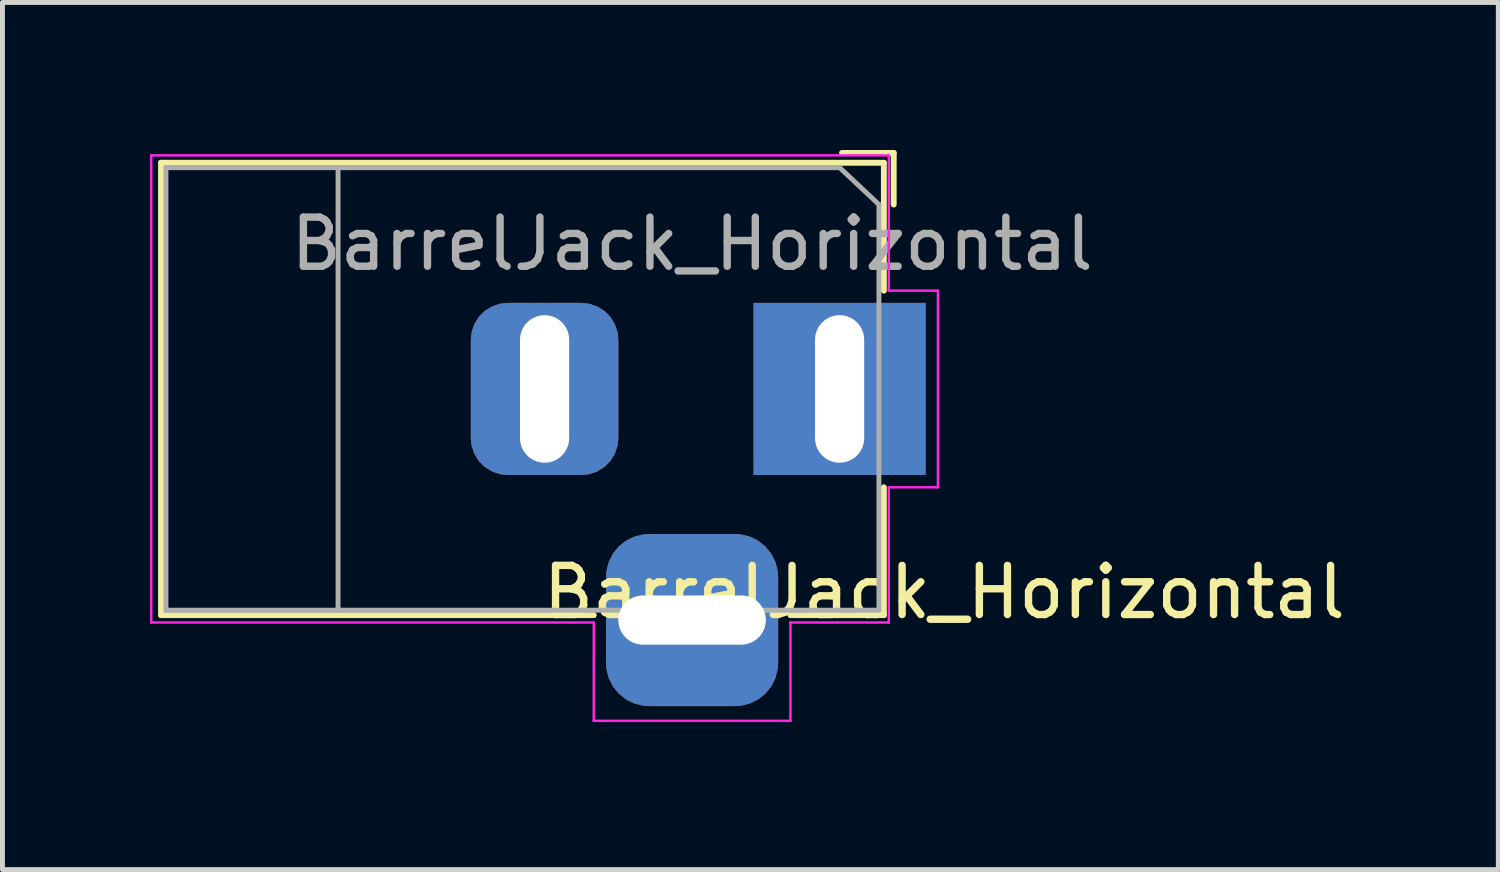
<source format=kicad_pcb>
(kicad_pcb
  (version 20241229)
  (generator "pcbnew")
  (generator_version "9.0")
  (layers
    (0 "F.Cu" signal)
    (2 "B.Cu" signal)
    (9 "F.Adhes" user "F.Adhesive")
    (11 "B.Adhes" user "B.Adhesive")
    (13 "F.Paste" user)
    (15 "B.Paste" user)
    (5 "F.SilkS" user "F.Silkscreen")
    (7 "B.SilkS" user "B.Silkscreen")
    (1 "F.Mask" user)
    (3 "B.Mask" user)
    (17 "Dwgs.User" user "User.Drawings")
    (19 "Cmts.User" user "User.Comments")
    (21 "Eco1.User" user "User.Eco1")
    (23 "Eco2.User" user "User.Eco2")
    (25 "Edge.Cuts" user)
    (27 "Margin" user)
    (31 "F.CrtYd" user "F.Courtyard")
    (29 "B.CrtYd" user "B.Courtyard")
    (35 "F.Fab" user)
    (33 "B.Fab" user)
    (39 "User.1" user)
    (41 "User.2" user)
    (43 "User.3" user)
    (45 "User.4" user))
  (footprint "BarrelJack_Horizontal"
    (layer "F.Cu")
    (at 14.025 4.86)
    (property "Reference" "BarrelJack_Horizontal" (at 2.128 4.133 0) (layer "F.SilkS") (effects (font (size 1 1) (thickness 0.15))))
    (attr through_hole)
    (fp_line (start -13.8 -4.6) (end 0.9 -4.6) (stroke (width 0.12) (type solid)) (layer "F.SilkS"))
    (fp_line (start -13.8 4.6) (end -13.8 -4.6) (stroke (width 0.12) (type solid)) (layer "F.SilkS"))
    (fp_line (start -5 4.6) (end -13.8 4.6) (stroke (width 0.12) (type solid)) (layer "F.SilkS"))
    (fp_line (start 0.05 -4.8) (end 1.1 -4.8) (stroke (width 0.12) (type solid)) (layer "F.SilkS"))
    (fp_line (start 0.9 -4.6) (end 0.9 -2) (stroke (width 0.12) (type solid)) (layer "F.SilkS"))
    (fp_line (start 0.9 2) (end 0.9 4.6) (stroke (width 0.12) (type solid)) (layer "F.SilkS"))
    (fp_line (start 0.9 4.6) (end -1 4.6) (stroke (width 0.12) (type solid)) (layer "F.SilkS"))
    (fp_line (start 1.1 -3.75) (end 1.1 -4.8) (stroke (width 0.12) (type solid)) (layer "F.SilkS"))
    (fp_line (start -14 4.75) (end -14 -4.75) (stroke (width 0.05) (type solid)) (layer "F.CrtYd"))
    (fp_line (start -5 4.75) (end -14 4.75) (stroke (width 0.05) (type solid)) (layer "F.CrtYd"))
    (fp_line (start -5 6.75) (end -5 4.75) (stroke (width 0.05) (type solid)) (layer "F.CrtYd"))
    (fp_line (start -1 4.75) (end -1 6.75) (stroke (width 0.05) (type solid)) (layer "F.CrtYd"))
    (fp_line (start -1 6.75) (end -5 6.75) (stroke (width 0.05) (type solid)) (layer "F.CrtYd"))
    (fp_line (start 1 -4.75) (end -14 -4.75) (stroke (width 0.05) (type solid)) (layer "F.CrtYd"))
    (fp_line (start 1 -4.5) (end 1 -4.75) (stroke (width 0.05) (type solid)) (layer "F.CrtYd"))
    (fp_line (start 1 -4.5) (end 1 -2) (stroke (width 0.05) (type solid)) (layer "F.CrtYd"))
    (fp_line (start 1 -2) (end 2 -2) (stroke (width 0.05) (type solid)) (layer "F.CrtYd"))
    (fp_line (start 1 2) (end 1 4.75) (stroke (width 0.05) (type solid)) (layer "F.CrtYd"))
    (fp_line (start 1 4.75) (end -1 4.75) (stroke (width 0.05) (type solid)) (layer "F.CrtYd"))
    (fp_line (start 2 -2) (end 2 2) (stroke (width 0.05) (type solid)) (layer "F.CrtYd"))
    (fp_line (start 2 2) (end 1 2) (stroke (width 0.05) (type solid)) (layer "F.CrtYd"))
    (fp_line (start -13.7 -4.5) (end -13.7 4.5) (stroke (width 0.1) (type solid)) (layer "F.Fab"))
    (fp_line (start -13.7 4.5) (end 0.8 4.5) (stroke (width 0.1) (type solid)) (layer "F.Fab"))
    (fp_line (start -10.2 -4.5) (end -10.2 4.5) (stroke (width 0.1) (type solid)) (layer "F.Fab"))
    (fp_line (start -0.003 -4.505) (end 0.8 -3.75) (stroke (width 0.1) (type solid)) (layer "F.Fab"))
    (fp_line (start 0 -4.5) (end -13.7 -4.5) (stroke (width 0.1) (type solid)) (layer "F.Fab"))
    (fp_line (start 0.8 4.5) (end 0.8 -3.75) (stroke (width 0.1) (type solid)) (layer "F.Fab"))
    (fp_text user "${REFERENCE}" (at -3 -2.95 0) (layer "F.Fab") (effects (font (size 1 1) (thickness 0.15))))
    (pad "1" thru_hole rect (at 0 0) (size 3.5 3.5) (drill oval 1 3) (layers "*.Cu" "*.Mask"))
    (pad "2" thru_hole roundrect (at -6 0) (size 3 3.5) (drill oval 1 3) (layers "*.Cu" "*.Mask") (roundrect_rratio 0.25))
    (pad "3" thru_hole roundrect (at -3 4.7) (size 3.5 3.5) (drill oval 3 1) (layers "*.Cu" "*.Mask") (roundrect_rratio 0.25)))
  (gr_rect
    (start -3 -3)
    (end 27.421 14.635)
    (stroke (width 0.1) (type default))
    (fill no)
    (layer "Edge.Cuts")))
</source>
